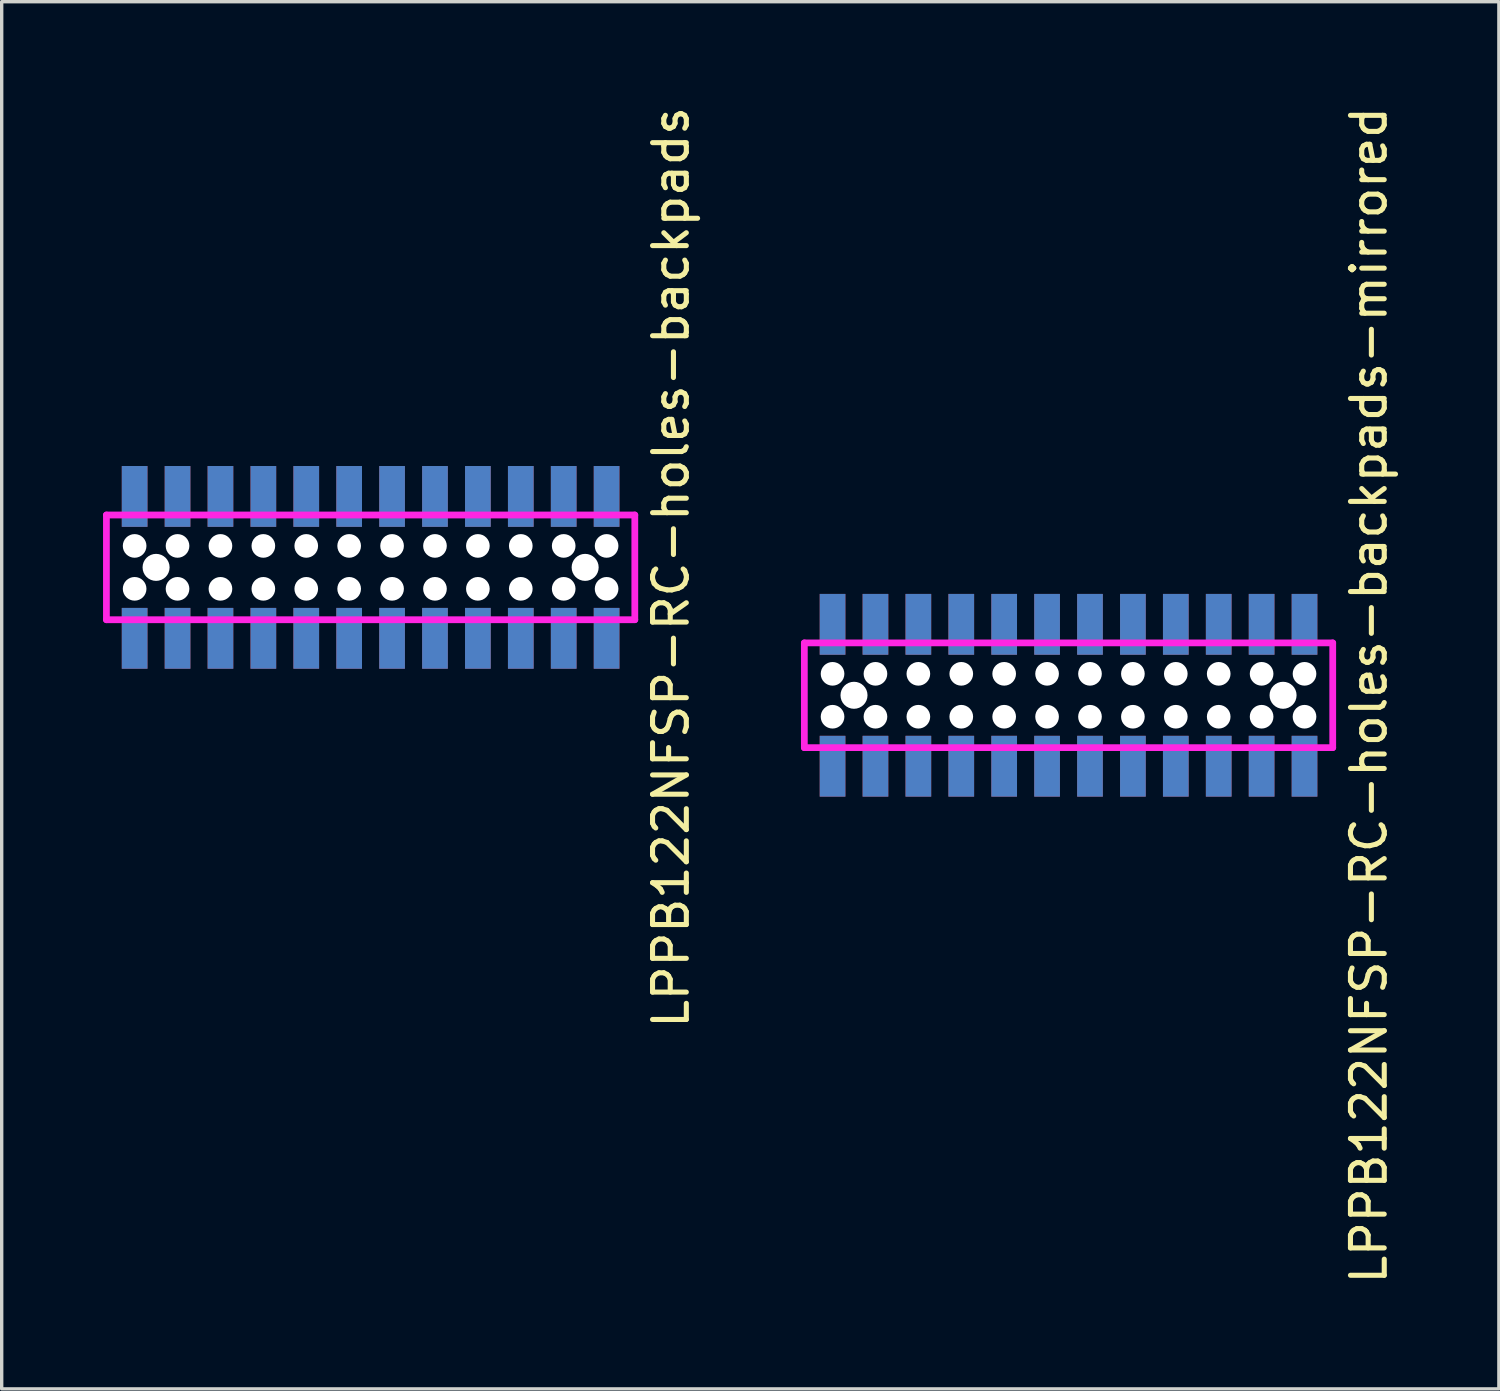
<source format=kicad_pcb>
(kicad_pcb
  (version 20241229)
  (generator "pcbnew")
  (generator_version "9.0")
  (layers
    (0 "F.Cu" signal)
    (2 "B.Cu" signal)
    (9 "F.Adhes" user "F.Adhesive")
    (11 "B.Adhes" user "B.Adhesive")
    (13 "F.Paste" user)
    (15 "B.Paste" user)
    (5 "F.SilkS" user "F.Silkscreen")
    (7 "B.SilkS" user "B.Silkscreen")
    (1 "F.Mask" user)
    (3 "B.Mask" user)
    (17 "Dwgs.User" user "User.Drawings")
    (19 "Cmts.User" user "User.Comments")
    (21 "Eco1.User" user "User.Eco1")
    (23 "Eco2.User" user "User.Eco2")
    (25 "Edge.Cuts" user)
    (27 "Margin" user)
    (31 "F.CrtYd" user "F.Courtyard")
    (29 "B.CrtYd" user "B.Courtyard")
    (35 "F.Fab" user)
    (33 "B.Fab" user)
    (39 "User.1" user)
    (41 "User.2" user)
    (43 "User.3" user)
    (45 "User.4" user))
  (footprint "LPPB122NFSP-RC-holes-backpads-mirrored"
    (layer "F.Cu")
    (at 28.578 17.53)
    (property "Reference" "LPPB122NFSP-RC-holes-backpads-mirrored" (at 8.89 0 90) (layer "F.SilkS") (effects (font (size 1 1) (thickness 0.15))))
    (attr through_hole)
    (fp_line (start -7.82 -1.55) (end 7.82 -1.55) (stroke (width 0.2) (type solid)) (layer "F.CrtYd"))
    (fp_line (start -7.82 1.55) (end -7.82 -1.55) (stroke (width 0.2) (type solid)) (layer "F.CrtYd"))
    (fp_line (start 7.82 -1.55) (end 7.82 1.55) (stroke (width 0.2) (type solid)) (layer "F.CrtYd"))
    (fp_line (start 7.82 1.55) (end -7.82 1.55) (stroke (width 0.2) (type solid)) (layer "F.CrtYd"))
    (pad "" smd rect (at -6.985 -2.1) (size 0.76 1.8) (layers "B.Cu" "B.Mask" "B.Paste"))
    (pad "" np_thru_hole circle (at -6.985 -0.635) (size 0.7 0.7) (drill 0.7) (layers "*.Cu"))
    (pad "" np_thru_hole circle (at -6.985 0.635) (size 0.7 0.7) (drill 0.7) (layers "*.Cu"))
    (pad "" smd rect (at -6.985 2.1) (size 0.76 1.8) (layers "B.Cu" "B.Mask" "B.Paste"))
    (pad "" np_thru_hole circle (at -6.35 0) (size 0.8 0.8) (drill 0.8) (layers "*.Cu"))
    (pad "" smd rect (at -5.715 -2.1) (size 0.76 1.8) (layers "B.Cu" "B.Mask" "B.Paste"))
    (pad "" np_thru_hole circle (at -5.715 -0.635) (size 0.7 0.7) (drill 0.7) (layers "*.Cu"))
    (pad "" np_thru_hole circle (at -5.715 0.635) (size 0.7 0.7) (drill 0.7) (layers "*.Cu"))
    (pad "" smd rect (at -5.715 2.1) (size 0.76 1.8) (layers "B.Cu" "B.Mask" "B.Paste"))
    (pad "" smd rect (at -4.445 -2.1) (size 0.76 1.8) (layers "B.Cu" "B.Mask" "B.Paste"))
    (pad "" np_thru_hole circle (at -4.445 -0.635) (size 0.7 0.7) (drill 0.7) (layers "*.Cu"))
    (pad "" np_thru_hole circle (at -4.445 0.635) (size 0.7 0.7) (drill 0.7) (layers "*.Cu"))
    (pad "" smd rect (at -4.445 2.1) (size 0.76 1.8) (layers "B.Cu" "B.Mask" "B.Paste"))
    (pad "" smd rect (at -3.175 -2.1) (size 0.76 1.8) (layers "B.Cu" "B.Mask" "B.Paste"))
    (pad "" np_thru_hole circle (at -3.175 -0.635) (size 0.7 0.7) (drill 0.7) (layers "*.Cu"))
    (pad "" np_thru_hole circle (at -3.175 0.635) (size 0.7 0.7) (drill 0.7) (layers "*.Cu"))
    (pad "" smd rect (at -3.175 2.1) (size 0.76 1.8) (layers "B.Cu" "B.Mask" "B.Paste"))
    (pad "" smd rect (at -1.905 -2.1) (size 0.76 1.8) (layers "B.Cu" "B.Mask" "B.Paste"))
    (pad "" np_thru_hole circle (at -1.905 -0.635) (size 0.7 0.7) (drill 0.7) (layers "*.Cu"))
    (pad "" np_thru_hole circle (at -1.905 0.635) (size 0.7 0.7) (drill 0.7) (layers "*.Cu"))
    (pad "" smd rect (at -1.905 2.1) (size 0.76 1.8) (layers "B.Cu" "B.Mask" "B.Paste"))
    (pad "" smd rect (at -0.635 -2.1) (size 0.76 1.8) (layers "B.Cu" "B.Mask" "B.Paste"))
    (pad "" np_thru_hole circle (at -0.635 -0.635) (size 0.7 0.7) (drill 0.7) (layers "*.Cu"))
    (pad "" np_thru_hole circle (at -0.635 0.635) (size 0.7 0.7) (drill 0.7) (layers "*.Cu"))
    (pad "" smd rect (at -0.635 2.1) (size 0.76 1.8) (layers "B.Cu" "B.Mask" "B.Paste"))
    (pad "" smd rect (at 0.635 -2.1) (size 0.76 1.8) (layers "B.Cu" "B.Mask" "B.Paste"))
    (pad "" np_thru_hole circle (at 0.635 -0.635) (size 0.7 0.7) (drill 0.7) (layers "*.Cu"))
    (pad "" np_thru_hole circle (at 0.635 0.635) (size 0.7 0.7) (drill 0.7) (layers "*.Cu"))
    (pad "" smd rect (at 0.635 2.1) (size 0.76 1.8) (layers "B.Cu" "B.Mask" "B.Paste"))
    (pad "" smd rect (at 1.905 -2.1) (size 0.76 1.8) (layers "B.Cu" "B.Mask" "B.Paste"))
    (pad "" np_thru_hole circle (at 1.905 -0.635) (size 0.7 0.7) (drill 0.7) (layers "*.Cu"))
    (pad "" np_thru_hole circle (at 1.905 0.635) (size 0.7 0.7) (drill 0.7) (layers "*.Cu"))
    (pad "" smd rect (at 1.905 2.1) (size 0.76 1.8) (layers "B.Cu" "B.Mask" "B.Paste"))
    (pad "" smd rect (at 3.175 -2.1) (size 0.76 1.8) (layers "B.Cu" "B.Mask" "B.Paste"))
    (pad "" np_thru_hole circle (at 3.175 -0.635) (size 0.7 0.7) (drill 0.7) (layers "*.Cu"))
    (pad "" np_thru_hole circle (at 3.175 0.635) (size 0.7 0.7) (drill 0.7) (layers "*.Cu"))
    (pad "" smd rect (at 3.175 2.1) (size 0.76 1.8) (layers "B.Cu" "B.Mask" "B.Paste"))
    (pad "" smd rect (at 4.445 -2.1) (size 0.76 1.8) (layers "B.Cu" "B.Mask" "B.Paste"))
    (pad "" np_thru_hole circle (at 4.445 -0.635) (size 0.7 0.7) (drill 0.7) (layers "*.Cu"))
    (pad "" np_thru_hole circle (at 4.445 0.635) (size 0.7 0.7) (drill 0.7) (layers "*.Cu"))
    (pad "" smd rect (at 4.445 2.1) (size 0.76 1.8) (layers "B.Cu" "B.Mask" "B.Paste"))
    (pad "" smd rect (at 5.715 -2.1) (size 0.76 1.8) (layers "B.Cu" "B.Mask" "B.Paste"))
    (pad "" np_thru_hole circle (at 5.715 -0.635) (size 0.7 0.7) (drill 0.7) (layers "*.Cu"))
    (pad "" np_thru_hole circle (at 5.715 0.635) (size 0.7 0.7) (drill 0.7) (layers "*.Cu"))
    (pad "" smd rect (at 5.715 2.1) (size 0.76 1.8) (layers "B.Cu" "B.Mask" "B.Paste"))
    (pad "" np_thru_hole circle (at 6.35 0) (size 0.8 0.8) (drill 0.8) (layers "*.Cu"))
    (pad "" smd rect (at 6.985 -2.1) (size 0.76 1.8) (layers "B.Cu" "B.Mask" "B.Paste"))
    (pad "" np_thru_hole circle (at 6.985 -0.635) (size 0.7 0.7) (drill 0.7) (layers "*.Cu"))
    (pad "" np_thru_hole circle (at 6.985 0.635) (size 0.7 0.7) (drill 0.7) (layers "*.Cu"))
    (pad "" smd rect (at 6.985 2.1) (size 0.76 1.8) (layers "B.Cu" "B.Mask" "B.Paste"))
    (pad "1" smd rect (at -6.985 -2.1) (size 0.76 1.8) (layers "F.Cu" "F.Mask" "F.Paste"))
    (pad "2" smd rect (at -6.985 2.1) (size 0.76 1.8) (layers "F.Cu" "F.Mask" "F.Paste"))
    (pad "3" smd rect (at -5.715 -2.1) (size 0.76 1.8) (layers "F.Cu" "F.Mask" "F.Paste"))
    (pad "4" smd rect (at -5.715 2.1) (size 0.76 1.8) (layers "F.Cu" "F.Mask" "F.Paste"))
    (pad "5" smd rect (at -4.445 -2.1) (size 0.76 1.8) (layers "F.Cu" "F.Mask" "F.Paste"))
    (pad "6" smd rect (at -4.445 2.1) (size 0.76 1.8) (layers "F.Cu" "F.Mask" "F.Paste"))
    (pad "7" smd rect (at -3.175 -2.1) (size 0.76 1.8) (layers "F.Cu" "F.Mask" "F.Paste"))
    (pad "8" smd rect (at -3.175 2.1) (size 0.76 1.8) (layers "F.Cu" "F.Mask" "F.Paste"))
    (pad "9" smd rect (at -1.905 -2.1) (size 0.76 1.8) (layers "F.Cu" "F.Mask" "F.Paste"))
    (pad "10" smd rect (at -1.905 2.1) (size 0.76 1.8) (layers "F.Cu" "F.Mask" "F.Paste"))
    (pad "11" smd rect (at -0.635 -2.1) (size 0.76 1.8) (layers "F.Cu" "F.Mask" "F.Paste"))
    (pad "12" smd rect (at -0.635 2.1) (size 0.76 1.8) (layers "F.Cu" "F.Mask" "F.Paste"))
    (pad "13" smd rect (at 0.635 -2.1) (size 0.76 1.8) (layers "F.Cu" "F.Mask" "F.Paste"))
    (pad "14" smd rect (at 0.635 2.1) (size 0.76 1.8) (layers "F.Cu" "F.Mask" "F.Paste"))
    (pad "15" smd rect (at 1.905 -2.1) (size 0.76 1.8) (layers "F.Cu" "F.Mask" "F.Paste"))
    (pad "16" smd rect (at 1.905 2.1) (size 0.76 1.8) (layers "F.Cu" "F.Mask" "F.Paste"))
    (pad "17" smd rect (at 3.175 -2.1) (size 0.76 1.8) (layers "F.Cu" "F.Mask" "F.Paste"))
    (pad "18" smd rect (at 3.175 2.1) (size 0.76 1.8) (layers "F.Cu" "F.Mask" "F.Paste"))
    (pad "19" smd rect (at 4.445 -2.1) (size 0.76 1.8) (layers "F.Cu" "F.Mask" "F.Paste"))
    (pad "20" smd rect (at 4.445 2.1) (size 0.76 1.8) (layers "F.Cu" "F.Mask" "F.Paste"))
    (pad "21" smd rect (at 5.715 -2.1) (size 0.76 1.8) (layers "F.Cu" "F.Mask" "F.Paste"))
    (pad "22" smd rect (at 5.715 2.1) (size 0.76 1.8) (layers "F.Cu" "F.Mask" "F.Paste"))
    (pad "23" smd rect (at 6.985 -2.1) (size 0.76 1.8) (layers "F.Cu" "F.Mask" "F.Paste"))
    (pad "24" smd rect (at 6.985 2.1) (size 0.76 1.8) (layers "F.Cu" "F.Mask" "F.Paste")))
  (footprint "LPPB122NFSP-RC-holes-backpads"
    (layer "F.Cu")
    (at 7.92 13.744)
    (property "Reference" "LPPB122NFSP-RC-holes-backpads" (at 8.89 0 90) (layer "F.SilkS") (effects (font (size 1 1) (thickness 0.15))))
    (attr through_hole)
    (fp_line (start -7.82 -1.55) (end 7.82 -1.55) (stroke (width 0.2) (type solid)) (layer "F.CrtYd"))
    (fp_line (start -7.82 1.55) (end -7.82 -1.55) (stroke (width 0.2) (type solid)) (layer "F.CrtYd"))
    (fp_line (start 7.82 -1.55) (end 7.82 1.55) (stroke (width 0.2) (type solid)) (layer "F.CrtYd"))
    (fp_line (start 7.82 1.55) (end -7.82 1.55) (stroke (width 0.2) (type solid)) (layer "F.CrtYd"))
    (pad "" smd rect (at -6.985 -2.1) (size 0.76 1.8) (layers "B.Cu" "B.Mask" "B.Paste"))
    (pad "" np_thru_hole circle (at -6.985 -0.635) (size 0.7 0.7) (drill 0.7) (layers "*.Cu"))
    (pad "" np_thru_hole circle (at -6.985 0.635) (size 0.7 0.7) (drill 0.7) (layers "*.Cu"))
    (pad "" smd rect (at -6.985 2.1) (size 0.76 1.8) (layers "B.Cu" "B.Mask" "B.Paste"))
    (pad "" np_thru_hole circle (at -6.35 0) (size 0.8 0.8) (drill 0.8) (layers "*.Cu"))
    (pad "" smd rect (at -5.715 -2.1) (size 0.76 1.8) (layers "B.Cu" "B.Mask" "B.Paste"))
    (pad "" np_thru_hole circle (at -5.715 -0.635) (size 0.7 0.7) (drill 0.7) (layers "*.Cu"))
    (pad "" np_thru_hole circle (at -5.715 0.635) (size 0.7 0.7) (drill 0.7) (layers "*.Cu"))
    (pad "" smd rect (at -5.715 2.1) (size 0.76 1.8) (layers "B.Cu" "B.Mask" "B.Paste"))
    (pad "" smd rect (at -4.445 -2.1) (size 0.76 1.8) (layers "B.Cu" "B.Mask" "B.Paste"))
    (pad "" np_thru_hole circle (at -4.445 -0.635) (size 0.7 0.7) (drill 0.7) (layers "*.Cu"))
    (pad "" np_thru_hole circle (at -4.445 0.635) (size 0.7 0.7) (drill 0.7) (layers "*.Cu"))
    (pad "" smd rect (at -4.445 2.1) (size 0.76 1.8) (layers "B.Cu" "B.Mask" "B.Paste"))
    (pad "" smd rect (at -3.175 -2.1) (size 0.76 1.8) (layers "B.Cu" "B.Mask" "B.Paste"))
    (pad "" np_thru_hole circle (at -3.175 -0.635) (size 0.7 0.7) (drill 0.7) (layers "*.Cu"))
    (pad "" np_thru_hole circle (at -3.175 0.635) (size 0.7 0.7) (drill 0.7) (layers "*.Cu"))
    (pad "" smd rect (at -3.175 2.1) (size 0.76 1.8) (layers "B.Cu" "B.Mask" "B.Paste"))
    (pad "" smd rect (at -1.905 -2.1) (size 0.76 1.8) (layers "B.Cu" "B.Mask" "B.Paste"))
    (pad "" np_thru_hole circle (at -1.905 -0.635) (size 0.7 0.7) (drill 0.7) (layers "*.Cu"))
    (pad "" np_thru_hole circle (at -1.905 0.635) (size 0.7 0.7) (drill 0.7) (layers "*.Cu"))
    (pad "" smd rect (at -1.905 2.1) (size 0.76 1.8) (layers "B.Cu" "B.Mask" "B.Paste"))
    (pad "" smd rect (at -0.635 -2.1) (size 0.76 1.8) (layers "B.Cu" "B.Mask" "B.Paste"))
    (pad "" np_thru_hole circle (at -0.635 -0.635) (size 0.7 0.7) (drill 0.7) (layers "*.Cu"))
    (pad "" np_thru_hole circle (at -0.635 0.635) (size 0.7 0.7) (drill 0.7) (layers "*.Cu"))
    (pad "" smd rect (at -0.635 2.1) (size 0.76 1.8) (layers "B.Cu" "B.Mask" "B.Paste"))
    (pad "" smd rect (at 0.635 -2.1) (size 0.76 1.8) (layers "B.Cu" "B.Mask" "B.Paste"))
    (pad "" np_thru_hole circle (at 0.635 -0.635) (size 0.7 0.7) (drill 0.7) (layers "*.Cu"))
    (pad "" np_thru_hole circle (at 0.635 0.635) (size 0.7 0.7) (drill 0.7) (layers "*.Cu"))
    (pad "" smd rect (at 0.635 2.1) (size 0.76 1.8) (layers "B.Cu" "B.Mask" "B.Paste"))
    (pad "" smd rect (at 1.905 -2.1) (size 0.76 1.8) (layers "B.Cu" "B.Mask" "B.Paste"))
    (pad "" np_thru_hole circle (at 1.905 -0.635) (size 0.7 0.7) (drill 0.7) (layers "*.Cu"))
    (pad "" np_thru_hole circle (at 1.905 0.635) (size 0.7 0.7) (drill 0.7) (layers "*.Cu"))
    (pad "" smd rect (at 1.905 2.1) (size 0.76 1.8) (layers "B.Cu" "B.Mask" "B.Paste"))
    (pad "" smd rect (at 3.175 -2.1) (size 0.76 1.8) (layers "B.Cu" "B.Mask" "B.Paste"))
    (pad "" np_thru_hole circle (at 3.175 -0.635) (size 0.7 0.7) (drill 0.7) (layers "*.Cu"))
    (pad "" np_thru_hole circle (at 3.175 0.635) (size 0.7 0.7) (drill 0.7) (layers "*.Cu"))
    (pad "" smd rect (at 3.175 2.1) (size 0.76 1.8) (layers "B.Cu" "B.Mask" "B.Paste"))
    (pad "" smd rect (at 4.445 -2.1) (size 0.76 1.8) (layers "B.Cu" "B.Mask" "B.Paste"))
    (pad "" np_thru_hole circle (at 4.445 -0.635) (size 0.7 0.7) (drill 0.7) (layers "*.Cu"))
    (pad "" np_thru_hole circle (at 4.445 0.635) (size 0.7 0.7) (drill 0.7) (layers "*.Cu"))
    (pad "" smd rect (at 4.445 2.1) (size 0.76 1.8) (layers "B.Cu" "B.Mask" "B.Paste"))
    (pad "" smd rect (at 5.715 -2.1) (size 0.76 1.8) (layers "B.Cu" "B.Mask" "B.Paste"))
    (pad "" np_thru_hole circle (at 5.715 -0.635) (size 0.7 0.7) (drill 0.7) (layers "*.Cu"))
    (pad "" np_thru_hole circle (at 5.715 0.635) (size 0.7 0.7) (drill 0.7) (layers "*.Cu"))
    (pad "" smd rect (at 5.715 2.1) (size 0.76 1.8) (layers "B.Cu" "B.Mask" "B.Paste"))
    (pad "" np_thru_hole circle (at 6.35 0) (size 0.8 0.8) (drill 0.8) (layers "*.Cu"))
    (pad "" smd rect (at 6.985 -2.1) (size 0.76 1.8) (layers "B.Cu" "B.Mask" "B.Paste"))
    (pad "" np_thru_hole circle (at 6.985 -0.635) (size 0.7 0.7) (drill 0.7) (layers "*.Cu"))
    (pad "" np_thru_hole circle (at 6.985 0.635) (size 0.7 0.7) (drill 0.7) (layers "*.Cu"))
    (pad "" smd rect (at 6.985 2.1) (size 0.76 1.8) (layers "B.Cu" "B.Mask" "B.Paste"))
    (pad "1" smd rect (at -6.985 2.1) (size 0.76 1.8) (layers "F.Cu" "F.Mask" "F.Paste"))
    (pad "2" smd rect (at -6.985 -2.1) (size 0.76 1.8) (layers "F.Cu" "F.Mask" "F.Paste"))
    (pad "3" smd rect (at -5.715 2.1) (size 0.76 1.8) (layers "F.Cu" "F.Mask" "F.Paste"))
    (pad "4" smd rect (at -5.715 -2.1) (size 0.76 1.8) (layers "F.Cu" "F.Mask" "F.Paste"))
    (pad "5" smd rect (at -4.445 2.1) (size 0.76 1.8) (layers "F.Cu" "F.Mask" "F.Paste"))
    (pad "6" smd rect (at -4.445 -2.1) (size 0.76 1.8) (layers "F.Cu" "F.Mask" "F.Paste"))
    (pad "7" smd rect (at -3.175 2.1) (size 0.76 1.8) (layers "F.Cu" "F.Mask" "F.Paste"))
    (pad "8" smd rect (at -3.175 -2.1) (size 0.76 1.8) (layers "F.Cu" "F.Mask" "F.Paste"))
    (pad "9" smd rect (at -1.905 2.1) (size 0.76 1.8) (layers "F.Cu" "F.Mask" "F.Paste"))
    (pad "10" smd rect (at -1.905 -2.1) (size 0.76 1.8) (layers "F.Cu" "F.Mask" "F.Paste"))
    (pad "11" smd rect (at -0.635 2.1) (size 0.76 1.8) (layers "F.Cu" "F.Mask" "F.Paste"))
    (pad "12" smd rect (at -0.635 -2.1) (size 0.76 1.8) (layers "F.Cu" "F.Mask" "F.Paste"))
    (pad "13" smd rect (at 0.635 2.1) (size 0.76 1.8) (layers "F.Cu" "F.Mask" "F.Paste"))
    (pad "14" smd rect (at 0.635 -2.1) (size 0.76 1.8) (layers "F.Cu" "F.Mask" "F.Paste"))
    (pad "15" smd rect (at 1.905 2.1) (size 0.76 1.8) (layers "F.Cu" "F.Mask" "F.Paste"))
    (pad "16" smd rect (at 1.905 -2.1) (size 0.76 1.8) (layers "F.Cu" "F.Mask" "F.Paste"))
    (pad "17" smd rect (at 3.175 2.1) (size 0.76 1.8) (layers "F.Cu" "F.Mask" "F.Paste"))
    (pad "18" smd rect (at 3.175 -2.1) (size 0.76 1.8) (layers "F.Cu" "F.Mask" "F.Paste"))
    (pad "19" smd rect (at 4.445 2.1) (size 0.76 1.8) (layers "F.Cu" "F.Mask" "F.Paste"))
    (pad "20" smd rect (at 4.445 -2.1) (size 0.76 1.8) (layers "F.Cu" "F.Mask" "F.Paste"))
    (pad "21" smd rect (at 5.715 2.1) (size 0.76 1.8) (layers "F.Cu" "F.Mask" "F.Paste"))
    (pad "22" smd rect (at 5.715 -2.1) (size 0.76 1.8) (layers "F.Cu" "F.Mask" "F.Paste"))
    (pad "23" smd rect (at 6.985 2.1) (size 0.76 1.8) (layers "F.Cu" "F.Mask" "F.Paste"))
    (pad "24" smd rect (at 6.985 -2.1) (size 0.76 1.8) (layers "F.Cu" "F.Mask" "F.Paste")))
  (gr_rect
    (start -3 -3)
    (end 41.316 38.06)
    (stroke (width 0.1) (type default))
    (fill no)
    (layer "Edge.Cuts")))
</source>
